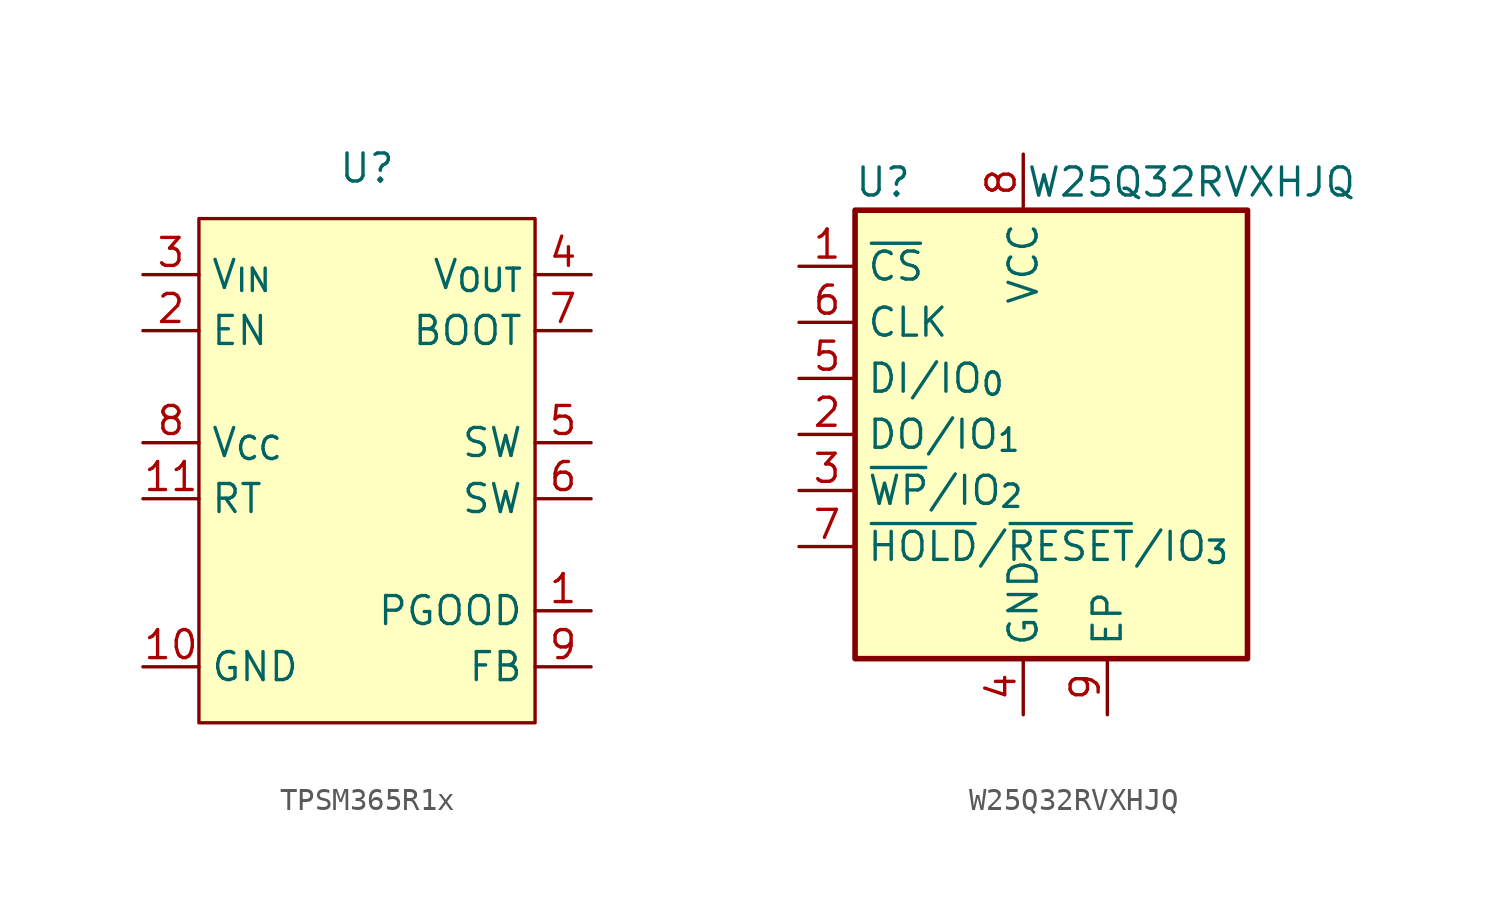
<source format=kicad_sym>
(kicad_symbol_lib
  (version 20241209)
  (generator "kicad_symbol_editor")
  (generator_version "9.0")
  (symbol "TPSM365R1x"
    (property "Reference" "U"
      (at 0 13.716 0)
      (effects (font (size 1.27 1.27))))
    (property "Value" ""
      (at 0 -6.35 0)
      (effects (font (size 1.27 1.27))))
    (symbol "TPSM365R1x_0_1"
      (rectangle (start -7.62 11.43) (end 7.62 -11.43) (stroke (width 0) (type default)) (fill (type background))))
    (symbol "TPSM365R1x_1_1"
      (pin power_in line (at -10.16 8.89 0) (length 2.54) (name "V_{IN}" (effects (font (size 1.27 1.27)))) (number "3" (effects (font (size 1.27 1.27)))))
      (pin input line (at -10.16 6.35 0) (length 2.54) (name "EN" (effects (font (size 1.27 1.27)))) (number "2" (effects (font (size 1.27 1.27)))))
      (pin output line (at -10.16 1.27 0) (length 2.54) (name "V_{CC}" (effects (font (size 1.27 1.27)))) (number "8" (effects (font (size 1.27 1.27)))))
      (pin passive line (at -10.16 -1.27 0) (length 2.54) (name "RT" (effects (font (size 1.27 1.27)))) (number "11" (effects (font (size 1.27 1.27)))))
      (pin power_in line (at -10.16 -8.89 0) (length 2.54) (name "GND" (effects (font (size 1.27 1.27)))) (number "10" (effects (font (size 1.27 1.27)))))
      (pin power_out line (at 10.16 8.89 180) (length 2.54) (name "V_{OUT}" (effects (font (size 1.27 1.27)))) (number "4" (effects (font (size 1.27 1.27)))))
      (pin passive line (at 10.16 6.35 180) (length 2.54) (name "BOOT" (effects (font (size 1.27 1.27)))) (number "7" (effects (font (size 1.27 1.27)))))
      (pin passive line (at 10.16 1.27 180) (length 2.54) (name "SW" (effects (font (size 1.27 1.27)))) (number "5" (effects (font (size 1.27 1.27)))))
      (pin passive line (at 10.16 -1.27 180) (length 2.54) (name "SW" (effects (font (size 1.27 1.27)))) (number "6" (effects (font (size 1.27 1.27)))))
      (pin output line (at 10.16 -6.35 180) (length 2.54) (name "PGOOD" (effects (font (size 1.27 1.27)))) (number "1" (effects (font (size 1.27 1.27)))))
      (pin passive line (at 10.16 -8.89 180) (length 2.54) (name "FB" (effects (font (size 1.27 1.27)))) (number "9" (effects (font (size 1.27 1.27)))))))
  (symbol "W25Q32RVXHJQ"
    (property "Reference" "U"
      (at -6.35 11.43 0)
      (effects (font (size 1.27 1.27))))
    (property "Value" "W25Q32RVXHJQ"
      (at 7.62 11.43 0)
      (effects (font (size 1.27 1.27))))
    (symbol "W25Q32RVXHJQ_0_1"
      (rectangle (start -7.62 10.16) (end 10.16 -10.16) (stroke (width 0.254) (type default)) (fill (type background))))
    (symbol "W25Q32RVXHJQ_1_1"
      (pin input line (at -10.16 7.62 0) (length 2.54) (name "~{CS}" (effects (font (size 1.27 1.27)))) (number "1" (effects (font (size 1.27 1.27)))))
      (pin input line (at -10.16 5.08 0) (length 2.54) (name "CLK" (effects (font (size 1.27 1.27)))) (number "6" (effects (font (size 1.27 1.27)))))
      (pin bidirectional line (at -10.16 2.54 0) (length 2.54) (name "DI/IO_{0}" (effects (font (size 1.27 1.27)))) (number "5" (effects (font (size 1.27 1.27)))))
      (pin bidirectional line (at -10.16 0 0) (length 2.54) (name "DO/IO_{1}" (effects (font (size 1.27 1.27)))) (number "2" (effects (font (size 1.27 1.27)))))
      (pin bidirectional line (at -10.16 -2.54 0) (length 2.54) (name "~{WP}/IO_{2}" (effects (font (size 1.27 1.27)))) (number "3" (effects (font (size 1.27 1.27)))))
      (pin bidirectional line (at -10.16 -5.08 0) (length 2.54) (name "~{HOLD}/~{RESET}/IO_{3}" (effects (font (size 1.27 1.27)))) (number "7" (effects (font (size 1.27 1.27)))))
      (pin power_in line (at 0 12.7 270) (length 2.54) (name "VCC" (effects (font (size 1.27 1.27)))) (number "8" (effects (font (size 1.27 1.27)))))
      (pin power_in line (at 0 -12.7 90) (length 2.54) (name "GND" (effects (font (size 1.27 1.27)))) (number "4" (effects (font (size 1.27 1.27)))))
      (pin power_in line (at 3.81 -12.7 90) (length 2.54) (name "EP" (effects (font (size 1.27 1.27)))) (number "9" (effects (font (size 1.27 1.27))))))))
</source>
